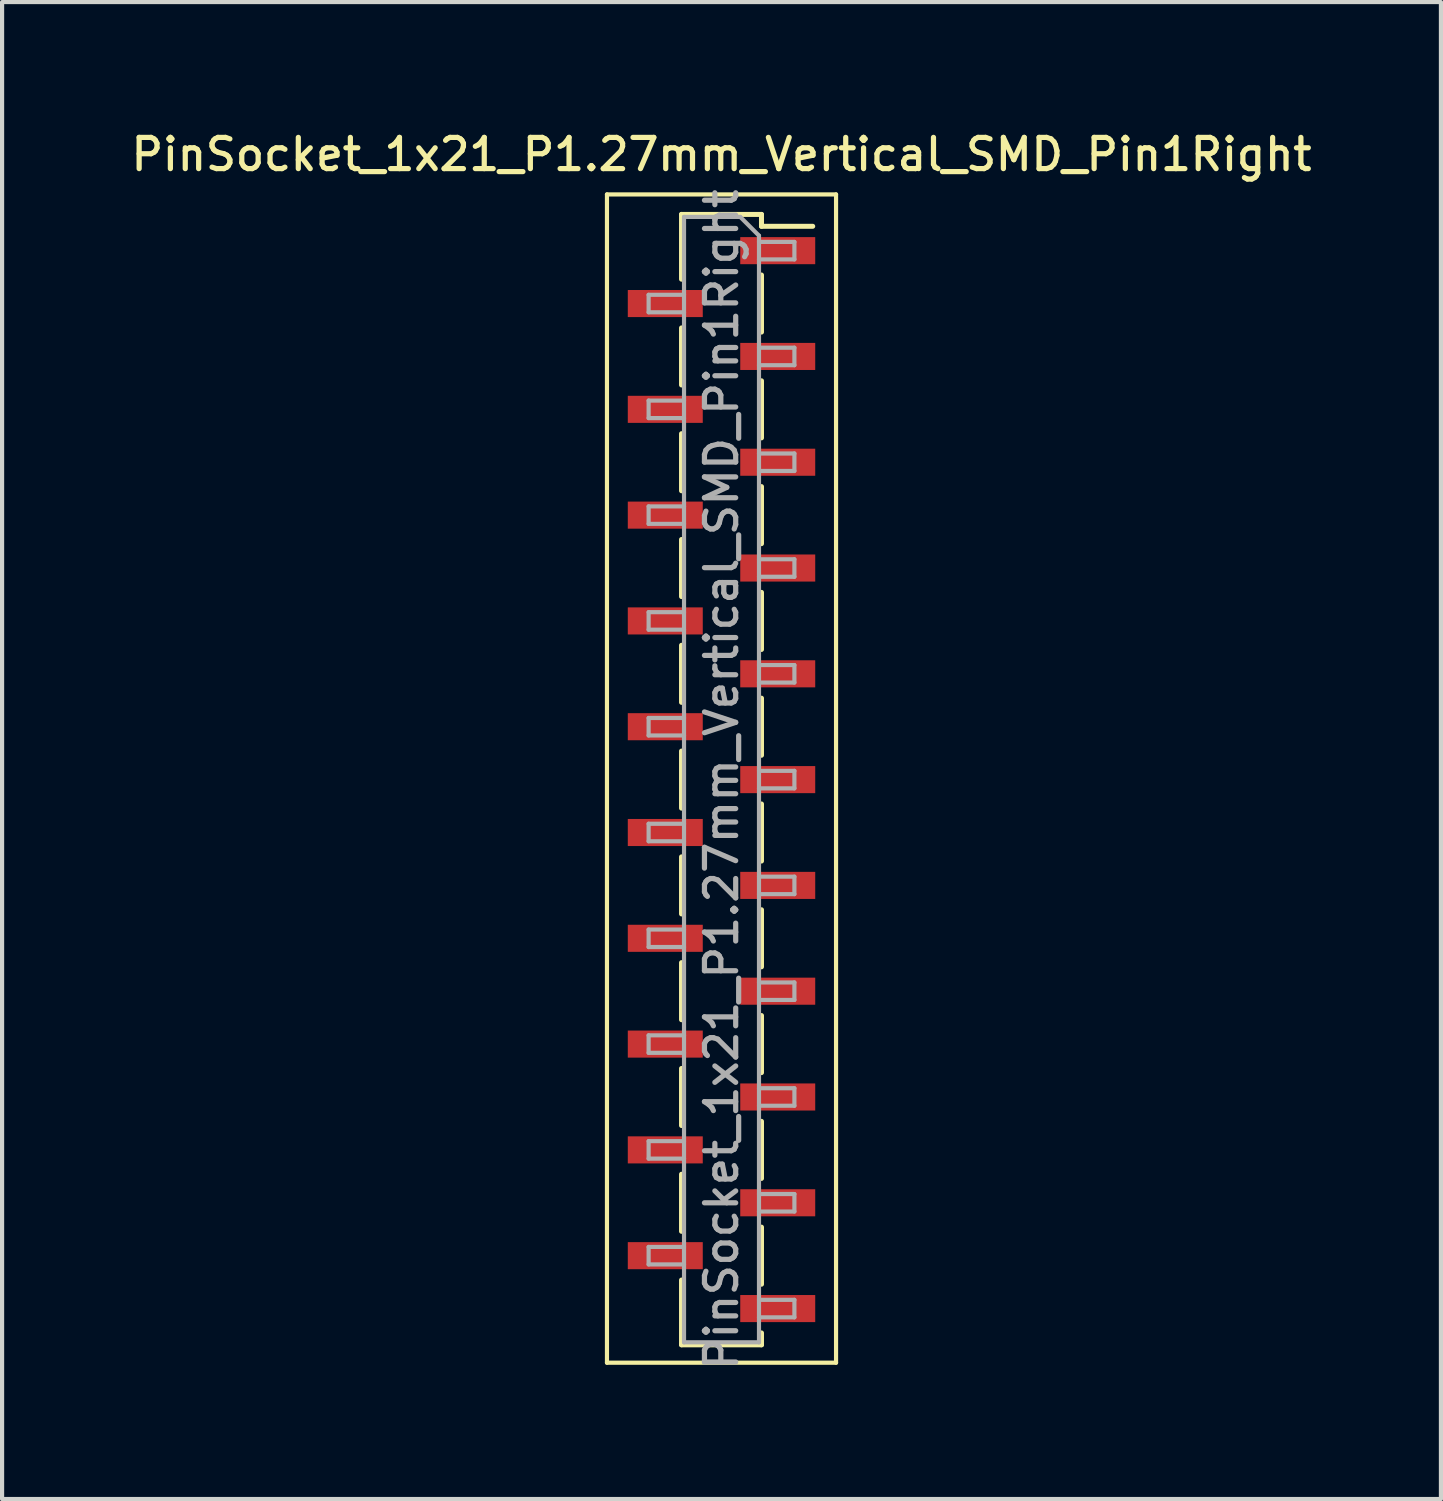
<source format=kicad_pcb>
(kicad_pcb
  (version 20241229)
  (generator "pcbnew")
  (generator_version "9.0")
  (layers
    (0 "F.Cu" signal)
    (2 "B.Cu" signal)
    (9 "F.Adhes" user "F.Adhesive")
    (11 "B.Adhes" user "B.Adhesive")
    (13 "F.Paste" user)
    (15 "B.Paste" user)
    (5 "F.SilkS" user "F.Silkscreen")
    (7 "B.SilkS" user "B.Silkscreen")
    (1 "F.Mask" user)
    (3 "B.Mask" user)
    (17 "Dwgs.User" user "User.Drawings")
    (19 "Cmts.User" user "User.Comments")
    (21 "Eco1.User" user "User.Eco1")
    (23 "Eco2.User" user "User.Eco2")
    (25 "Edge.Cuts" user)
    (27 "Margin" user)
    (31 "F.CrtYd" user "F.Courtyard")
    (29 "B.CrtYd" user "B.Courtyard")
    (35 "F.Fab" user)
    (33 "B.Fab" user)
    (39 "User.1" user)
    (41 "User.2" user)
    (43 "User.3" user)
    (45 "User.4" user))
  (footprint "PinSocket_1x21_P1.27mm_Vertical_SMD_Pin1Right"
    (layer "F.Cu")
    (at 14.273 15.668)
    (property "Reference" "PinSocket_1x21_P1.27mm_Vertical_SMD_Pin1Right" (at 0 -15.01 0) (layer "F.SilkS") (effects (font (size 0.75 0.75) (thickness 0.125))))
    (attr smd)
    (fp_line (start -2.75 -14.05) (end 2.75 -14.05) (stroke (width 0.1) (type solid)) (layer "F.SilkS"))
    (fp_line (start -2.75 14) (end -2.75 -14.05) (stroke (width 0.1) (type solid)) (layer "F.SilkS"))
    (fp_line (start -0.96 -13.57) (end -0.96 -12.015) (stroke (width 0.12) (type solid)) (layer "F.SilkS"))
    (fp_line (start -0.96 -13.57) (end 0.96 -13.57) (stroke (width 0.12) (type solid)) (layer "F.SilkS"))
    (fp_line (start -0.96 -10.845) (end -0.96 -9.475) (stroke (width 0.12) (type solid)) (layer "F.SilkS"))
    (fp_line (start -0.96 -8.305) (end -0.96 -6.935) (stroke (width 0.12) (type solid)) (layer "F.SilkS"))
    (fp_line (start -0.96 -5.765) (end -0.96 -4.395) (stroke (width 0.12) (type solid)) (layer "F.SilkS"))
    (fp_line (start -0.96 -3.225) (end -0.96 -1.855) (stroke (width 0.12) (type solid)) (layer "F.SilkS"))
    (fp_line (start -0.96 -0.685) (end -0.96 0.685) (stroke (width 0.12) (type solid)) (layer "F.SilkS"))
    (fp_line (start -0.96 1.855) (end -0.96 3.225) (stroke (width 0.12) (type solid)) (layer "F.SilkS"))
    (fp_line (start -0.96 4.395) (end -0.96 5.765) (stroke (width 0.12) (type solid)) (layer "F.SilkS"))
    (fp_line (start -0.96 6.935) (end -0.96 8.305) (stroke (width 0.12) (type solid)) (layer "F.SilkS"))
    (fp_line (start -0.96 9.475) (end -0.96 10.845) (stroke (width 0.12) (type solid)) (layer "F.SilkS"))
    (fp_line (start -0.96 12.015) (end -0.96 13.57) (stroke (width 0.12) (type solid)) (layer "F.SilkS"))
    (fp_line (start -0.96 13.57) (end 0.96 13.57) (stroke (width 0.12) (type solid)) (layer "F.SilkS"))
    (fp_line (start 0.96 -13.57) (end 0.96 -13.285) (stroke (width 0.12) (type solid)) (layer "F.SilkS"))
    (fp_line (start 0.96 -13.285) (end 2.19 -13.285) (stroke (width 0.12) (type solid)) (layer "F.SilkS"))
    (fp_line (start 0.96 -12.115) (end 0.96 -10.745) (stroke (width 0.12) (type solid)) (layer "F.SilkS"))
    (fp_line (start 0.96 -9.575) (end 0.96 -8.205) (stroke (width 0.12) (type solid)) (layer "F.SilkS"))
    (fp_line (start 0.96 -7.035) (end 0.96 -5.665) (stroke (width 0.12) (type solid)) (layer "F.SilkS"))
    (fp_line (start 0.96 -4.495) (end 0.96 -3.125) (stroke (width 0.12) (type solid)) (layer "F.SilkS"))
    (fp_line (start 0.96 -1.955) (end 0.96 -0.585) (stroke (width 0.12) (type solid)) (layer "F.SilkS"))
    (fp_line (start 0.96 0.585) (end 0.96 1.955) (stroke (width 0.12) (type solid)) (layer "F.SilkS"))
    (fp_line (start 0.96 3.125) (end 0.96 4.495) (stroke (width 0.12) (type solid)) (layer "F.SilkS"))
    (fp_line (start 0.96 5.665) (end 0.96 7.035) (stroke (width 0.12) (type solid)) (layer "F.SilkS"))
    (fp_line (start 0.96 8.205) (end 0.96 9.575) (stroke (width 0.12) (type solid)) (layer "F.SilkS"))
    (fp_line (start 0.96 10.745) (end 0.96 12.115) (stroke (width 0.12) (type solid)) (layer "F.SilkS"))
    (fp_line (start 0.96 13.285) (end 0.96 13.57) (stroke (width 0.12) (type solid)) (layer "F.SilkS"))
    (fp_line (start 2.75 -14.05) (end 2.75 14) (stroke (width 0.1) (type solid)) (layer "F.SilkS"))
    (fp_line (start 2.75 14) (end -2.75 14) (stroke (width 0.1) (type solid)) (layer "F.SilkS"))
    (fp_line (start -1.75 -11.64) (end -0.9 -11.64) (stroke (width 0.1) (type solid)) (layer "F.Fab"))
    (fp_line (start -1.75 -11.22) (end -1.75 -11.64) (stroke (width 0.1) (type solid)) (layer "F.Fab"))
    (fp_line (start -1.75 -9.1) (end -0.9 -9.1) (stroke (width 0.1) (type solid)) (layer "F.Fab"))
    (fp_line (start -1.75 -8.68) (end -1.75 -9.1) (stroke (width 0.1) (type solid)) (layer "F.Fab"))
    (fp_line (start -1.75 -6.56) (end -0.9 -6.56) (stroke (width 0.1) (type solid)) (layer "F.Fab"))
    (fp_line (start -1.75 -6.14) (end -1.75 -6.56) (stroke (width 0.1) (type solid)) (layer "F.Fab"))
    (fp_line (start -1.75 -4.02) (end -0.9 -4.02) (stroke (width 0.1) (type solid)) (layer "F.Fab"))
    (fp_line (start -1.75 -3.6) (end -1.75 -4.02) (stroke (width 0.1) (type solid)) (layer "F.Fab"))
    (fp_line (start -1.75 -1.48) (end -0.9 -1.48) (stroke (width 0.1) (type solid)) (layer "F.Fab"))
    (fp_line (start -1.75 -1.06) (end -1.75 -1.48) (stroke (width 0.1) (type solid)) (layer "F.Fab"))
    (fp_line (start -1.75 1.06) (end -0.9 1.06) (stroke (width 0.1) (type solid)) (layer "F.Fab"))
    (fp_line (start -1.75 1.48) (end -1.75 1.06) (stroke (width 0.1) (type solid)) (layer "F.Fab"))
    (fp_line (start -1.75 3.6) (end -0.9 3.6) (stroke (width 0.1) (type solid)) (layer "F.Fab"))
    (fp_line (start -1.75 4.02) (end -1.75 3.6) (stroke (width 0.1) (type solid)) (layer "F.Fab"))
    (fp_line (start -1.75 6.14) (end -0.9 6.14) (stroke (width 0.1) (type solid)) (layer "F.Fab"))
    (fp_line (start -1.75 6.56) (end -1.75 6.14) (stroke (width 0.1) (type solid)) (layer "F.Fab"))
    (fp_line (start -1.75 8.68) (end -0.9 8.68) (stroke (width 0.1) (type solid)) (layer "F.Fab"))
    (fp_line (start -1.75 9.1) (end -1.75 8.68) (stroke (width 0.1) (type solid)) (layer "F.Fab"))
    (fp_line (start -1.75 11.22) (end -0.9 11.22) (stroke (width 0.1) (type solid)) (layer "F.Fab"))
    (fp_line (start -1.75 11.64) (end -1.75 11.22) (stroke (width 0.1) (type solid)) (layer "F.Fab"))
    (fp_line (start -0.9 -13.51) (end 0.45 -13.51) (stroke (width 0.1) (type solid)) (layer "F.Fab"))
    (fp_line (start -0.9 -11.22) (end -1.75 -11.22) (stroke (width 0.1) (type solid)) (layer "F.Fab"))
    (fp_line (start -0.9 -8.68) (end -1.75 -8.68) (stroke (width 0.1) (type solid)) (layer "F.Fab"))
    (fp_line (start -0.9 -6.14) (end -1.75 -6.14) (stroke (width 0.1) (type solid)) (layer "F.Fab"))
    (fp_line (start -0.9 -3.6) (end -1.75 -3.6) (stroke (width 0.1) (type solid)) (layer "F.Fab"))
    (fp_line (start -0.9 -1.06) (end -1.75 -1.06) (stroke (width 0.1) (type solid)) (layer "F.Fab"))
    (fp_line (start -0.9 1.48) (end -1.75 1.48) (stroke (width 0.1) (type solid)) (layer "F.Fab"))
    (fp_line (start -0.9 4.02) (end -1.75 4.02) (stroke (width 0.1) (type solid)) (layer "F.Fab"))
    (fp_line (start -0.9 6.56) (end -1.75 6.56) (stroke (width 0.1) (type solid)) (layer "F.Fab"))
    (fp_line (start -0.9 9.1) (end -1.75 9.1) (stroke (width 0.1) (type solid)) (layer "F.Fab"))
    (fp_line (start -0.9 11.64) (end -1.75 11.64) (stroke (width 0.1) (type solid)) (layer "F.Fab"))
    (fp_line (start -0.9 13.51) (end -0.9 -13.51) (stroke (width 0.1) (type solid)) (layer "F.Fab"))
    (fp_line (start 0.45 -13.51) (end 0.9 -13.06) (stroke (width 0.1) (type solid)) (layer "F.Fab"))
    (fp_line (start 0.9 -13.06) (end 0.9 13.51) (stroke (width 0.1) (type solid)) (layer "F.Fab"))
    (fp_line (start 0.9 -12.91) (end 1.75 -12.91) (stroke (width 0.1) (type solid)) (layer "F.Fab"))
    (fp_line (start 0.9 -10.37) (end 1.75 -10.37) (stroke (width 0.1) (type solid)) (layer "F.Fab"))
    (fp_line (start 0.9 -7.83) (end 1.75 -7.83) (stroke (width 0.1) (type solid)) (layer "F.Fab"))
    (fp_line (start 0.9 -5.29) (end 1.75 -5.29) (stroke (width 0.1) (type solid)) (layer "F.Fab"))
    (fp_line (start 0.9 -2.75) (end 1.75 -2.75) (stroke (width 0.1) (type solid)) (layer "F.Fab"))
    (fp_line (start 0.9 -0.21) (end 1.75 -0.21) (stroke (width 0.1) (type solid)) (layer "F.Fab"))
    (fp_line (start 0.9 2.33) (end 1.75 2.33) (stroke (width 0.1) (type solid)) (layer "F.Fab"))
    (fp_line (start 0.9 4.87) (end 1.75 4.87) (stroke (width 0.1) (type solid)) (layer "F.Fab"))
    (fp_line (start 0.9 7.41) (end 1.75 7.41) (stroke (width 0.1) (type solid)) (layer "F.Fab"))
    (fp_line (start 0.9 9.95) (end 1.75 9.95) (stroke (width 0.1) (type solid)) (layer "F.Fab"))
    (fp_line (start 0.9 12.49) (end 1.75 12.49) (stroke (width 0.1) (type solid)) (layer "F.Fab"))
    (fp_line (start 0.9 13.51) (end -0.9 13.51) (stroke (width 0.1) (type solid)) (layer "F.Fab"))
    (fp_line (start 1.75 -12.91) (end 1.75 -12.49) (stroke (width 0.1) (type solid)) (layer "F.Fab"))
    (fp_line (start 1.75 -12.49) (end 0.9 -12.49) (stroke (width 0.1) (type solid)) (layer "F.Fab"))
    (fp_line (start 1.75 -10.37) (end 1.75 -9.95) (stroke (width 0.1) (type solid)) (layer "F.Fab"))
    (fp_line (start 1.75 -9.95) (end 0.9 -9.95) (stroke (width 0.1) (type solid)) (layer "F.Fab"))
    (fp_line (start 1.75 -7.83) (end 1.75 -7.41) (stroke (width 0.1) (type solid)) (layer "F.Fab"))
    (fp_line (start 1.75 -7.41) (end 0.9 -7.41) (stroke (width 0.1) (type solid)) (layer "F.Fab"))
    (fp_line (start 1.75 -5.29) (end 1.75 -4.87) (stroke (width 0.1) (type solid)) (layer "F.Fab"))
    (fp_line (start 1.75 -4.87) (end 0.9 -4.87) (stroke (width 0.1) (type solid)) (layer "F.Fab"))
    (fp_line (start 1.75 -2.75) (end 1.75 -2.33) (stroke (width 0.1) (type solid)) (layer "F.Fab"))
    (fp_line (start 1.75 -2.33) (end 0.9 -2.33) (stroke (width 0.1) (type solid)) (layer "F.Fab"))
    (fp_line (start 1.75 -0.21) (end 1.75 0.21) (stroke (width 0.1) (type solid)) (layer "F.Fab"))
    (fp_line (start 1.75 0.21) (end 0.9 0.21) (stroke (width 0.1) (type solid)) (layer "F.Fab"))
    (fp_line (start 1.75 2.33) (end 1.75 2.75) (stroke (width 0.1) (type solid)) (layer "F.Fab"))
    (fp_line (start 1.75 2.75) (end 0.9 2.75) (stroke (width 0.1) (type solid)) (layer "F.Fab"))
    (fp_line (start 1.75 4.87) (end 1.75 5.29) (stroke (width 0.1) (type solid)) (layer "F.Fab"))
    (fp_line (start 1.75 5.29) (end 0.9 5.29) (stroke (width 0.1) (type solid)) (layer "F.Fab"))
    (fp_line (start 1.75 7.41) (end 1.75 7.83) (stroke (width 0.1) (type solid)) (layer "F.Fab"))
    (fp_line (start 1.75 7.83) (end 0.9 7.83) (stroke (width 0.1) (type solid)) (layer "F.Fab"))
    (fp_line (start 1.75 9.95) (end 1.75 10.37) (stroke (width 0.1) (type solid)) (layer "F.Fab"))
    (fp_line (start 1.75 10.37) (end 0.9 10.37) (stroke (width 0.1) (type solid)) (layer "F.Fab"))
    (fp_line (start 1.75 12.49) (end 1.75 12.91) (stroke (width 0.1) (type solid)) (layer "F.Fab"))
    (fp_line (start 1.75 12.91) (end 0.9 12.91) (stroke (width 0.1) (type solid)) (layer "F.Fab"))
    (fp_text user "${REFERENCE}" (at 0 0 90) (layer "F.Fab") (effects (font (size 0.75 0.75) (thickness 0.125))))
    (pad "1" smd rect (at 1.35 -12.7) (size 1.8 0.65) (layers "F.Cu" "F.Mask" "F.Paste"))
    (pad "2" smd rect (at -1.35 -11.43) (size 1.8 0.65) (layers "F.Cu" "F.Mask" "F.Paste"))
    (pad "3" smd rect (at 1.35 -10.16) (size 1.8 0.65) (layers "F.Cu" "F.Mask" "F.Paste"))
    (pad "4" smd rect (at -1.35 -8.89) (size 1.8 0.65) (layers "F.Cu" "F.Mask" "F.Paste"))
    (pad "5" smd rect (at 1.35 -7.62) (size 1.8 0.65) (layers "F.Cu" "F.Mask" "F.Paste"))
    (pad "6" smd rect (at -1.35 -6.35) (size 1.8 0.65) (layers "F.Cu" "F.Mask" "F.Paste"))
    (pad "7" smd rect (at 1.35 -5.08) (size 1.8 0.65) (layers "F.Cu" "F.Mask" "F.Paste"))
    (pad "8" smd rect (at -1.35 -3.81) (size 1.8 0.65) (layers "F.Cu" "F.Mask" "F.Paste"))
    (pad "9" smd rect (at 1.35 -2.54) (size 1.8 0.65) (layers "F.Cu" "F.Mask" "F.Paste"))
    (pad "10" smd rect (at -1.35 -1.27) (size 1.8 0.65) (layers "F.Cu" "F.Mask" "F.Paste"))
    (pad "11" smd rect (at 1.35 0) (size 1.8 0.65) (layers "F.Cu" "F.Mask" "F.Paste"))
    (pad "12" smd rect (at -1.35 1.27) (size 1.8 0.65) (layers "F.Cu" "F.Mask" "F.Paste"))
    (pad "13" smd rect (at 1.35 2.54) (size 1.8 0.65) (layers "F.Cu" "F.Mask" "F.Paste"))
    (pad "14" smd rect (at -1.35 3.81) (size 1.8 0.65) (layers "F.Cu" "F.Mask" "F.Paste"))
    (pad "15" smd rect (at 1.35 5.08) (size 1.8 0.65) (layers "F.Cu" "F.Mask" "F.Paste"))
    (pad "16" smd rect (at -1.35 6.35) (size 1.8 0.65) (layers "F.Cu" "F.Mask" "F.Paste"))
    (pad "17" smd rect (at 1.35 7.62) (size 1.8 0.65) (layers "F.Cu" "F.Mask" "F.Paste"))
    (pad "18" smd rect (at -1.35 8.89) (size 1.8 0.65) (layers "F.Cu" "F.Mask" "F.Paste"))
    (pad "19" smd rect (at 1.35 10.16) (size 1.8 0.65) (layers "F.Cu" "F.Mask" "F.Paste"))
    (pad "20" smd rect (at -1.35 11.43) (size 1.8 0.65) (layers "F.Cu" "F.Mask" "F.Paste"))
    (pad "21" smd rect (at 1.35 12.7) (size 1.8 0.65) (layers "F.Cu" "F.Mask" "F.Paste")))
  (gr_rect
    (start -3 -3)
    (end 31.546 32.941)
    (stroke (width 0.1) (type default))
    (fill no)
    (layer "Edge.Cuts")))
</source>
